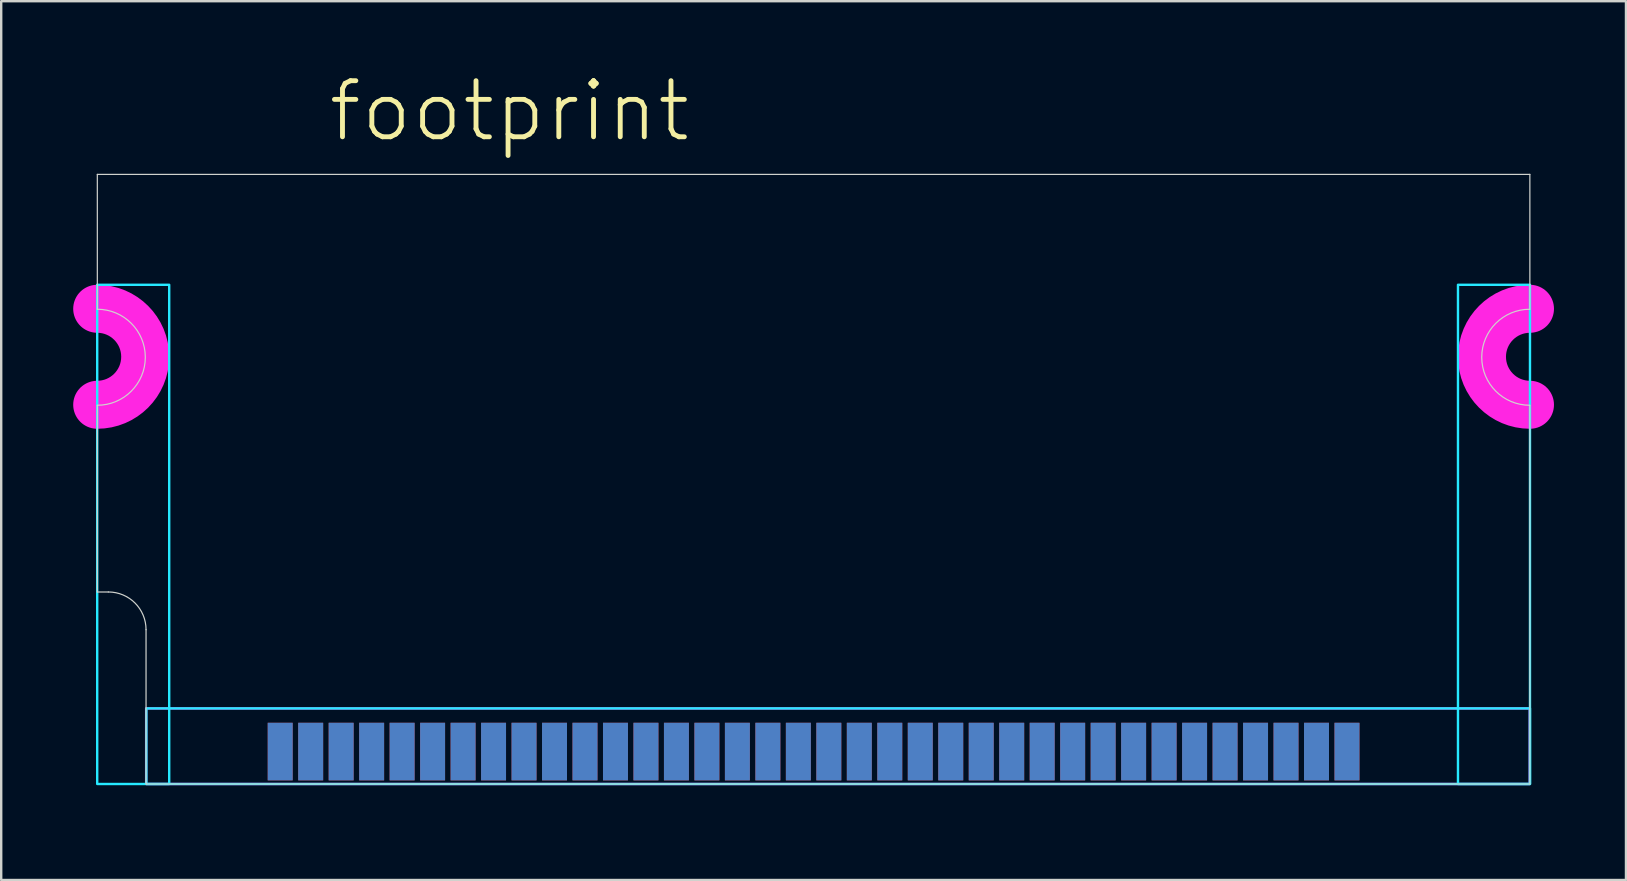
<source format=kicad_pcb>
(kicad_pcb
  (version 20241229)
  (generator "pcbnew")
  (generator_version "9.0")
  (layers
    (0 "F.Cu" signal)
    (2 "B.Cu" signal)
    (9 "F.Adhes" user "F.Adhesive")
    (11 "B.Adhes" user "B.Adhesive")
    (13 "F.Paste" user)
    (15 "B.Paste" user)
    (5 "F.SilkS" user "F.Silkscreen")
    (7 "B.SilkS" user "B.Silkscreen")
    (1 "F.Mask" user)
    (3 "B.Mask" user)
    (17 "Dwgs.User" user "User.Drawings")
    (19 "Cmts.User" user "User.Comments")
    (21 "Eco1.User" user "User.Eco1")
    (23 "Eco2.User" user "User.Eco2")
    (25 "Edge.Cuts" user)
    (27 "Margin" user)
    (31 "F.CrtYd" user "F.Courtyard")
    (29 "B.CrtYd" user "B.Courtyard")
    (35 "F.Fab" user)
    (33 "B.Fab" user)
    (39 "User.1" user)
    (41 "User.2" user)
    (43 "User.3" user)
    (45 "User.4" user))
  (footprint "footprint"
    (layer "F.Cu")
    (at 30.85 29.616)
    (property "Reference" "footprint" (at -20.32 -26.67 0) (layer "F.SilkS") (effects (font (size 2.337 2.337) (thickness 0.203)) (justify left bottom)))
    (fp_poly (pts (xy -22.9 1) (xy 22.9 1) (xy 22.9 -2.7) (xy -22.9 -2.7)) (stroke (width 0) (type solid)) (fill yes) (layer "F.Mask"))
    (fp_poly (pts (xy -22.9 1) (xy 22.9 1) (xy 22.9 -2.7) (xy -22.9 -2.7)) (stroke (width 0) (type solid)) (fill yes) (layer "B.Mask"))
    (fp_line (start -29.845 -25.4) (end 29.845 -25.4) (stroke (width 0.05) (type solid)) (layer "Edge.Cuts"))
    (fp_line (start -29.845 -19.78) (end -29.845 -25.4) (stroke (width 0.05) (type solid)) (layer "Edge.Cuts"))
    (fp_line (start -29.845 -8) (end -29.845 -15.78) (stroke (width 0.05) (type solid)) (layer "Edge.Cuts"))
    (fp_line (start -29.845 -8) (end -29.385 -8) (stroke (width 0.05) (type solid)) (layer "Edge.Cuts"))
    (fp_line (start -27.815 0) (end -27.815 -6.43) (stroke (width 0.05) (type solid)) (layer "Edge.Cuts"))
    (fp_line (start -27.815 0) (end 29.845 0) (stroke (width 0.05) (type solid)) (layer "Edge.Cuts"))
    (fp_line (start 29.845 -19.78) (end 29.845 -25.4) (stroke (width 0.05) (type solid)) (layer "Edge.Cuts"))
    (fp_line (start 29.845 0) (end 29.845 -15.78) (stroke (width 0.05) (type solid)) (layer "Edge.Cuts"))
    (fp_arc (start -29.845 -19.78) (mid -27.845 -17.78) (end -29.845 -15.78) (stroke (width 0.05) (type solid)) (layer "Edge.Cuts"))
    (fp_arc (start -29.385 -8) (mid -28.274842 -7.540158) (end -27.815 -6.43) (stroke (width 0.05) (type solid)) (layer "Edge.Cuts"))
    (fp_arc (start 29.84 -15.78) (mid 27.84 -17.78) (end 29.84 -19.78) (stroke (width 0.05) (type solid)) (layer "Edge.Cuts"))
    (fp_poly (pts (xy -29.85 0) (xy -26.85 0) (xy -26.85 -20.8) (xy -29.85 -20.8)) (stroke (width 0.1) (type solid)) (fill no) (layer "B.CrtYd"))
    (fp_poly (pts (xy -27.8 0) (xy 29.85 0) (xy 29.85 -3.15) (xy -27.8 -3.15)) (stroke (width 0.1) (type solid)) (fill no) (layer "B.CrtYd"))
    (fp_poly (pts (xy 26.85 0) (xy 29.85 0) (xy 29.85 -20.8) (xy 26.85 -20.8)) (stroke (width 0.1) (type solid)) (fill no) (layer "B.CrtYd"))
    (fp_arc (start -29.85 -19.8) (mid -27.85 -17.8) (end -29.85 -15.8) (stroke (width 2) (type solid)) (layer "F.CrtYd"))
    (fp_arc (start 29.85 -15.8) (mid 27.85 -17.8) (end 29.85 -19.8) (stroke (width 2) (type solid)) (layer "F.CrtYd"))
    (fp_poly (pts (xy -27.81 0) (xy 29.84 0) (xy 29.84 -3.15) (xy -27.81 -3.15)) (stroke (width 0.1) (type solid)) (fill no) (layer "F.CrtYd"))
    (pad "1" smd rect (at -22.225 -1.35) (size 1.04 2.4) (layers "F.Cu" "F.Mask" "F.Paste"))
    (pad "2" smd rect (at -22.225 -1.35) (size 1.04 2.4) (layers "B.Cu" "B.Mask" "B.Paste"))
    (pad "3" smd rect (at -20.955 -1.35) (size 1.04 2.4) (layers "F.Cu" "F.Mask" "F.Paste"))
    (pad "4" smd rect (at -20.955 -1.35) (size 1.04 2.4) (layers "B.Cu" "B.Mask" "B.Paste"))
    (pad "5" smd rect (at -19.685 -1.35) (size 1.04 2.4) (layers "F.Cu" "F.Mask" "F.Paste"))
    (pad "6" smd rect (at -19.685 -1.35) (size 1.04 2.4) (layers "B.Cu" "B.Mask" "B.Paste"))
    (pad "7" smd rect (at -18.415 -1.35) (size 1.04 2.4) (layers "F.Cu" "F.Mask" "F.Paste"))
    (pad "8" smd rect (at -18.415 -1.35) (size 1.04 2.4) (layers "B.Cu" "B.Mask" "B.Paste"))
    (pad "9" smd rect (at -17.145 -1.35) (size 1.04 2.4) (layers "F.Cu" "F.Mask" "F.Paste"))
    (pad "10" smd rect (at -17.145 -1.35) (size 1.04 2.4) (layers "B.Cu" "B.Mask" "B.Paste"))
    (pad "11" smd rect (at -15.875 -1.35) (size 1.04 2.4) (layers "F.Cu" "F.Mask" "F.Paste"))
    (pad "12" smd rect (at -15.875 -1.35) (size 1.04 2.4) (layers "B.Cu" "B.Mask" "B.Paste"))
    (pad "13" smd rect (at -14.605 -1.35) (size 1.04 2.4) (layers "F.Cu" "F.Mask" "F.Paste"))
    (pad "14" smd rect (at -14.605 -1.35) (size 1.04 2.4) (layers "B.Cu" "B.Mask" "B.Paste"))
    (pad "15" smd rect (at -13.335 -1.35) (size 1.04 2.4) (layers "F.Cu" "F.Mask" "F.Paste"))
    (pad "16" smd rect (at -13.335 -1.35) (size 1.04 2.4) (layers "B.Cu" "B.Mask" "B.Paste"))
    (pad "17" smd rect (at -12.065 -1.35) (size 1.04 2.4) (layers "F.Cu" "F.Mask" "F.Paste"))
    (pad "18" smd rect (at -12.065 -1.35) (size 1.04 2.4) (layers "B.Cu" "B.Mask" "B.Paste"))
    (pad "19" smd rect (at -10.795 -1.35) (size 1.04 2.4) (layers "F.Cu" "F.Mask" "F.Paste"))
    (pad "20" smd rect (at -10.795 -1.35) (size 1.04 2.4) (layers "B.Cu" "B.Mask" "B.Paste"))
    (pad "21" smd rect (at -9.525 -1.35) (size 1.04 2.4) (layers "F.Cu" "F.Mask" "F.Paste"))
    (pad "22" smd rect (at -9.525 -1.35) (size 1.04 2.4) (layers "B.Cu" "B.Mask" "B.Paste"))
    (pad "23" smd rect (at -8.255 -1.35) (size 1.04 2.4) (layers "F.Cu" "F.Mask" "F.Paste"))
    (pad "24" smd rect (at -8.255 -1.35) (size 1.04 2.4) (layers "B.Cu" "B.Mask" "B.Paste"))
    (pad "25" smd rect (at -6.985 -1.35) (size 1.04 2.4) (layers "F.Cu" "F.Mask" "F.Paste"))
    (pad "26" smd rect (at -6.985 -1.35) (size 1.04 2.4) (layers "B.Cu" "B.Mask" "B.Paste"))
    (pad "27" smd rect (at -5.715 -1.35) (size 1.04 2.4) (layers "F.Cu" "F.Mask" "F.Paste"))
    (pad "28" smd rect (at -5.715 -1.35) (size 1.04 2.4) (layers "B.Cu" "B.Mask" "B.Paste"))
    (pad "29" smd rect (at -4.445 -1.35) (size 1.04 2.4) (layers "F.Cu" "F.Mask" "F.Paste"))
    (pad "30" smd rect (at -4.445 -1.35) (size 1.04 2.4) (layers "B.Cu" "B.Mask" "B.Paste"))
    (pad "31" smd rect (at -3.175 -1.35) (size 1.04 2.4) (layers "F.Cu" "F.Mask" "F.Paste"))
    (pad "32" smd rect (at -3.175 -1.35) (size 1.04 2.4) (layers "B.Cu" "B.Mask" "B.Paste"))
    (pad "33" smd rect (at -1.905 -1.35) (size 1.04 2.4) (layers "F.Cu" "F.Mask" "F.Paste"))
    (pad "34" smd rect (at -1.905 -1.35) (size 1.04 2.4) (layers "B.Cu" "B.Mask" "B.Paste"))
    (pad "35" smd rect (at -0.635 -1.35) (size 1.04 2.4) (layers "F.Cu" "F.Mask" "F.Paste"))
    (pad "36" smd rect (at -0.635 -1.35) (size 1.04 2.4) (layers "B.Cu" "B.Mask" "B.Paste"))
    (pad "37" smd rect (at 0.635 -1.35) (size 1.04 2.4) (layers "F.Cu" "F.Mask" "F.Paste"))
    (pad "38" smd rect (at 0.635 -1.35) (size 1.04 2.4) (layers "B.Cu" "B.Mask" "B.Paste"))
    (pad "39" smd rect (at 1.905 -1.35) (size 1.04 2.4) (layers "F.Cu" "F.Mask" "F.Paste"))
    (pad "40" smd rect (at 1.905 -1.35) (size 1.04 2.4) (layers "B.Cu" "B.Mask" "B.Paste"))
    (pad "41" smd rect (at 3.175 -1.35) (size 1.04 2.4) (layers "F.Cu" "F.Mask" "F.Paste"))
    (pad "42" smd rect (at 3.175 -1.35) (size 1.04 2.4) (layers "B.Cu" "B.Mask" "B.Paste"))
    (pad "43" smd rect (at 4.445 -1.35) (size 1.04 2.4) (layers "F.Cu" "F.Mask" "F.Paste"))
    (pad "44" smd rect (at 4.445 -1.35) (size 1.04 2.4) (layers "B.Cu" "B.Mask" "B.Paste"))
    (pad "45" smd rect (at 5.715 -1.35) (size 1.04 2.4) (layers "F.Cu" "F.Mask" "F.Paste"))
    (pad "46" smd rect (at 5.715 -1.35) (size 1.04 2.4) (layers "B.Cu" "B.Mask" "B.Paste"))
    (pad "47" smd rect (at 6.985 -1.35) (size 1.04 2.4) (layers "F.Cu" "F.Mask" "F.Paste"))
    (pad "48" smd rect (at 6.985 -1.35) (size 1.04 2.4) (layers "B.Cu" "B.Mask" "B.Paste"))
    (pad "49" smd rect (at 8.255 -1.35) (size 1.04 2.4) (layers "F.Cu" "F.Mask" "F.Paste"))
    (pad "50" smd rect (at 8.255 -1.35) (size 1.04 2.4) (layers "B.Cu" "B.Mask" "B.Paste"))
    (pad "51" smd rect (at 9.525 -1.35) (size 1.04 2.4) (layers "F.Cu" "F.Mask" "F.Paste"))
    (pad "52" smd rect (at 9.525 -1.35) (size 1.04 2.4) (layers "B.Cu" "B.Mask" "B.Paste"))
    (pad "53" smd rect (at 10.795 -1.35) (size 1.04 2.4) (layers "F.Cu" "F.Mask" "F.Paste"))
    (pad "54" smd rect (at 10.795 -1.35) (size 1.04 2.4) (layers "B.Cu" "B.Mask" "B.Paste"))
    (pad "55" smd rect (at 12.065 -1.35) (size 1.04 2.4) (layers "F.Cu" "F.Mask" "F.Paste"))
    (pad "56" smd rect (at 12.065 -1.35) (size 1.04 2.4) (layers "B.Cu" "B.Mask" "B.Paste"))
    (pad "57" smd rect (at 13.335 -1.35) (size 1.04 2.4) (layers "F.Cu" "F.Mask" "F.Paste"))
    (pad "58" smd rect (at 13.335 -1.35) (size 1.04 2.4) (layers "B.Cu" "B.Mask" "B.Paste"))
    (pad "59" smd rect (at 14.605 -1.35) (size 1.04 2.4) (layers "F.Cu" "F.Mask" "F.Paste"))
    (pad "60" smd rect (at 14.605 -1.35) (size 1.04 2.4) (layers "B.Cu" "B.Mask" "B.Paste"))
    (pad "61" smd rect (at 15.875 -1.35) (size 1.04 2.4) (layers "F.Cu" "F.Mask" "F.Paste"))
    (pad "62" smd rect (at 15.875 -1.35) (size 1.04 2.4) (layers "B.Cu" "B.Mask" "B.Paste"))
    (pad "63" smd rect (at 17.145 -1.35) (size 1.04 2.4) (layers "F.Cu" "F.Mask" "F.Paste"))
    (pad "64" smd rect (at 17.145 -1.35) (size 1.04 2.4) (layers "B.Cu" "B.Mask" "B.Paste"))
    (pad "65" smd rect (at 18.415 -1.35) (size 1.04 2.4) (layers "F.Cu" "F.Mask" "F.Paste"))
    (pad "66" smd rect (at 18.415 -1.35) (size 1.04 2.4) (layers "B.Cu" "B.Mask" "B.Paste"))
    (pad "67" smd rect (at 19.685 -1.35) (size 1.04 2.4) (layers "F.Cu" "F.Mask" "F.Paste"))
    (pad "68" smd rect (at 19.685 -1.35) (size 1.04 2.4) (layers "B.Cu" "B.Mask" "B.Paste"))
    (pad "69" smd rect (at 20.955 -1.35) (size 1.04 2.4) (layers "F.Cu" "F.Mask" "F.Paste"))
    (pad "70" smd rect (at 20.955 -1.35) (size 1.04 2.4) (layers "B.Cu" "B.Mask" "B.Paste"))
    (pad "71" smd rect (at 22.225 -1.35) (size 1.04 2.4) (layers "F.Cu" "F.Mask" "F.Paste"))
    (pad "72" smd rect (at 22.225 -1.35) (size 1.04 2.4) (layers "B.Cu" "B.Mask" "B.Paste")))
  (gr_rect
    (start -3 -3)
    (end 64.7 33.616)
    (stroke (width 0.1) (type default))
    (fill no)
    (layer "Edge.Cuts")))
</source>
